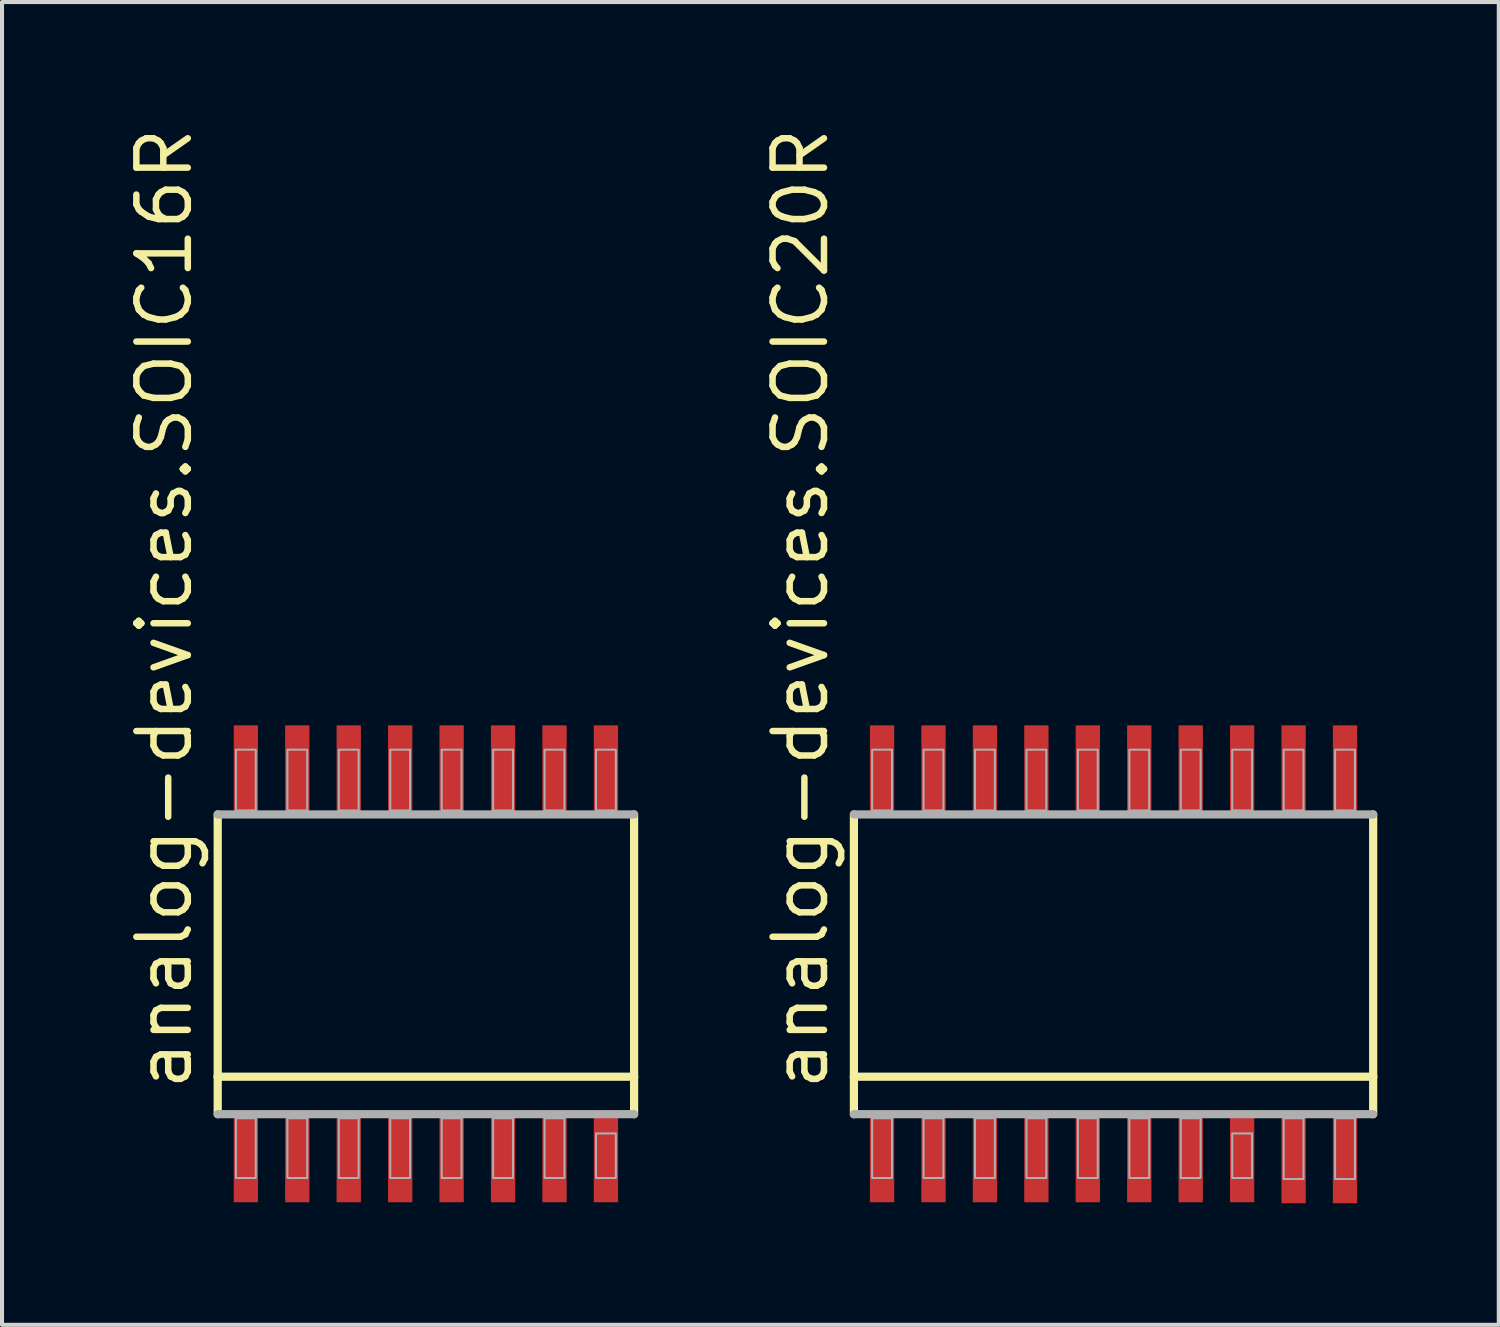
<source format=kicad_pcb>
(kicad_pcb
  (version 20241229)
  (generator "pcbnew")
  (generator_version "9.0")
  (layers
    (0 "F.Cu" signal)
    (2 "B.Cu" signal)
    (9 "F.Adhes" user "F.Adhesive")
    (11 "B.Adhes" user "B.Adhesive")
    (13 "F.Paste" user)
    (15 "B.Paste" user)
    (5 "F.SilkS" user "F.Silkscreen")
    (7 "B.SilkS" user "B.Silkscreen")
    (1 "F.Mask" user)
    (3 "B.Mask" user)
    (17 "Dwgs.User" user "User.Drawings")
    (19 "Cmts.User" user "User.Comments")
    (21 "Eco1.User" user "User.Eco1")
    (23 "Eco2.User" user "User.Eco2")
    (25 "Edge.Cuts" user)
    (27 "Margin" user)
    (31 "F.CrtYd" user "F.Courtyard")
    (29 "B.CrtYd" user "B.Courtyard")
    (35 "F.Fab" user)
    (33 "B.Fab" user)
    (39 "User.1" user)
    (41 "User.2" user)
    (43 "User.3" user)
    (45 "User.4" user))
  (footprint "analog-devices.SOIC20R"
    (layer "F.Cu")
    (at 24.442 20.758)
    (property "Reference" "analog-devices.SOIC20R" (at -6.985 3.175 90) (layer "F.SilkS") (effects (font (size 1.27 1.27) (thickness 0.16)) (justify left bottom)))
    (attr smd)
    (fp_line (start -6.41 2.775) (end -6.41 -3.7) (stroke (width 0.203) (type default)) (layer "F.SilkS"))
    (fp_line (start -6.41 3.7) (end -6.41 2.775) (stroke (width 0.203) (type default)) (layer "F.SilkS"))
    (fp_line (start 6.41 -3.7) (end 6.41 2.775) (stroke (width 0.203) (type default)) (layer "F.SilkS"))
    (fp_line (start 6.41 2.775) (end -6.41 2.775) (stroke (width 0.203) (type default)) (layer "F.SilkS"))
    (fp_line (start 6.41 2.775) (end 6.41 3.7) (stroke (width 0.203) (type default)) (layer "F.SilkS"))
    (fp_line (start -6.41 -3.7) (end 6.41 -3.7) (stroke (width 0.203) (type default)) (layer "F.Fab"))
    (fp_line (start 6.41 3.7) (end -6.41 3.7) (stroke (width 0.203) (type default)) (layer "F.Fab"))
    (fp_rect (start -5.96 -3.8) (end -5.47 -5.3) (stroke (width 0.05) (type default)) (fill no) (layer "F.Fab"))
    (fp_rect (start -5.96 5.275) (end -5.47 3.8) (stroke (width 0.05) (type default)) (fill no) (layer "F.Fab"))
    (fp_rect (start -4.69 -3.8) (end -4.2 -5.3) (stroke (width 0.05) (type default)) (fill no) (layer "F.Fab"))
    (fp_rect (start -4.69 5.275) (end -4.2 3.8) (stroke (width 0.05) (type default)) (fill no) (layer "F.Fab"))
    (fp_rect (start -3.42 -3.8) (end -2.93 -5.3) (stroke (width 0.05) (type default)) (fill no) (layer "F.Fab"))
    (fp_rect (start -3.42 5.275) (end -2.93 3.8) (stroke (width 0.05) (type default)) (fill no) (layer "F.Fab"))
    (fp_rect (start -2.15 -3.8) (end -1.66 -5.3) (stroke (width 0.05) (type default)) (fill no) (layer "F.Fab"))
    (fp_rect (start -2.15 5.275) (end -1.66 3.8) (stroke (width 0.05) (type default)) (fill no) (layer "F.Fab"))
    (fp_rect (start -0.88 -3.8) (end -0.39 -5.3) (stroke (width 0.05) (type default)) (fill no) (layer "F.Fab"))
    (fp_rect (start -0.88 5.275) (end -0.39 3.8) (stroke (width 0.05) (type default)) (fill no) (layer "F.Fab"))
    (fp_rect (start 0.39 -3.8) (end 0.88 -5.3) (stroke (width 0.05) (type default)) (fill no) (layer "F.Fab"))
    (fp_rect (start 0.39 5.275) (end 0.88 3.8) (stroke (width 0.05) (type default)) (fill no) (layer "F.Fab"))
    (fp_rect (start 1.66 -3.8) (end 2.15 -5.3) (stroke (width 0.05) (type default)) (fill no) (layer "F.Fab"))
    (fp_rect (start 1.66 5.275) (end 2.15 3.8) (stroke (width 0.05) (type default)) (fill no) (layer "F.Fab"))
    (fp_rect (start 2.93 -3.8) (end 3.42 -5.3) (stroke (width 0.05) (type default)) (fill no) (layer "F.Fab"))
    (fp_rect (start 2.93 5.275) (end 3.42 4.175) (stroke (width 0.05) (type default)) (fill no) (layer "F.Fab"))
    (fp_rect (start 4.2 -3.8) (end 4.69 -5.3) (stroke (width 0.05) (type default)) (fill no) (layer "F.Fab"))
    (fp_rect (start 4.2 5.3) (end 4.69 3.8) (stroke (width 0.05) (type default)) (fill no) (layer "F.Fab"))
    (fp_rect (start 5.47 -3.8) (end 5.96 -5.3) (stroke (width 0.05) (type default)) (fill no) (layer "F.Fab"))
    (fp_rect (start 5.47 5.3) (end 5.96 3.8) (stroke (width 0.05) (type default)) (fill no) (layer "F.Fab"))
    (pad "1" smd roundrect (at -5.715 4.775) (size 0.6 2.2) (layers "F.Cu" "F.Mask" "F.Paste") (roundrect_rratio 0.01))
    (pad "2" smd roundrect (at -4.445 4.775) (size 0.6 2.2) (layers "F.Cu" "F.Mask" "F.Paste") (roundrect_rratio 0.01))
    (pad "3" smd roundrect (at -3.175 4.775) (size 0.6 2.2) (layers "F.Cu" "F.Mask" "F.Paste") (roundrect_rratio 0.01))
    (pad "4" smd roundrect (at -1.905 4.775) (size 0.6 2.2) (layers "F.Cu" "F.Mask" "F.Paste") (roundrect_rratio 0.01))
    (pad "5" smd roundrect (at -0.635 4.775) (size 0.6 2.2) (layers "F.Cu" "F.Mask" "F.Paste") (roundrect_rratio 0.01))
    (pad "6" smd roundrect (at 0.635 4.775) (size 0.6 2.2) (layers "F.Cu" "F.Mask" "F.Paste") (roundrect_rratio 0.01))
    (pad "7" smd roundrect (at 1.905 4.775) (size 0.6 2.2) (layers "F.Cu" "F.Mask" "F.Paste") (roundrect_rratio 0.01))
    (pad "8" smd roundrect (at 3.175 4.775) (size 0.6 2.2) (layers "F.Cu" "F.Mask" "F.Paste") (roundrect_rratio 0.01))
    (pad "9" smd roundrect (at 4.445 4.8 180) (size 0.6 2.2) (layers "F.Cu" "F.Mask" "F.Paste") (roundrect_rratio 0.01))
    (pad "10" smd roundrect (at 5.715 4.8 180) (size 0.6 2.2) (layers "F.Cu" "F.Mask" "F.Paste") (roundrect_rratio 0.01))
    (pad "11" smd roundrect (at 5.715 -4.8) (size 0.6 2.2) (layers "F.Cu" "F.Mask" "F.Paste") (roundrect_rratio 0.01))
    (pad "12" smd roundrect (at 4.445 -4.8) (size 0.6 2.2) (layers "F.Cu" "F.Mask" "F.Paste") (roundrect_rratio 0.01))
    (pad "13" smd roundrect (at 3.175 -4.8) (size 0.6 2.2) (layers "F.Cu" "F.Mask" "F.Paste") (roundrect_rratio 0.01))
    (pad "14" smd roundrect (at 1.905 -4.8) (size 0.6 2.2) (layers "F.Cu" "F.Mask" "F.Paste") (roundrect_rratio 0.01))
    (pad "15" smd roundrect (at 0.635 -4.8) (size 0.6 2.2) (layers "F.Cu" "F.Mask" "F.Paste") (roundrect_rratio 0.01))
    (pad "16" smd roundrect (at -0.635 -4.8) (size 0.6 2.2) (layers "F.Cu" "F.Mask" "F.Paste") (roundrect_rratio 0.01))
    (pad "17" smd roundrect (at -1.905 -4.8) (size 0.6 2.2) (layers "F.Cu" "F.Mask" "F.Paste") (roundrect_rratio 0.01))
    (pad "18" smd roundrect (at -3.175 -4.8) (size 0.6 2.2) (layers "F.Cu" "F.Mask" "F.Paste") (roundrect_rratio 0.01))
    (pad "19" smd roundrect (at -4.445 -4.8) (size 0.6 2.2) (layers "F.Cu" "F.Mask" "F.Paste") (roundrect_rratio 0.01))
    (pad "20" smd roundrect (at -5.715 -4.8) (size 0.6 2.2) (layers "F.Cu" "F.Mask" "F.Paste") (roundrect_rratio 0.01)))
  (footprint "analog-devices.SOIC16R"
    (layer "F.Cu")
    (at 7.465 20.758)
    (property "Reference" "analog-devices.SOIC16R" (at -5.715 3.175 90) (layer "F.SilkS") (effects (font (size 1.27 1.27) (thickness 0.16)) (justify left bottom)))
    (attr smd)
    (fp_line (start -5.14 2.775) (end -5.14 -3.7) (stroke (width 0.203) (type default)) (layer "F.SilkS"))
    (fp_line (start -5.14 3.7) (end -5.14 2.775) (stroke (width 0.203) (type default)) (layer "F.SilkS"))
    (fp_line (start 5.14 -3.7) (end 5.14 2.775) (stroke (width 0.203) (type default)) (layer "F.SilkS"))
    (fp_line (start 5.14 2.775) (end -5.14 2.775) (stroke (width 0.203) (type default)) (layer "F.SilkS"))
    (fp_line (start 5.14 2.775) (end 5.14 3.7) (stroke (width 0.203) (type default)) (layer "F.SilkS"))
    (fp_line (start -5.14 -3.7) (end 5.14 -3.7) (stroke (width 0.203) (type default)) (layer "F.Fab"))
    (fp_line (start 5.14 3.7) (end -5.14 3.7) (stroke (width 0.203) (type default)) (layer "F.Fab"))
    (fp_rect (start -4.69 -3.8) (end -4.2 -5.3) (stroke (width 0.05) (type default)) (fill no) (layer "F.Fab"))
    (fp_rect (start -4.69 5.275) (end -4.2 3.8) (stroke (width 0.05) (type default)) (fill no) (layer "F.Fab"))
    (fp_rect (start -3.42 -3.8) (end -2.93 -5.3) (stroke (width 0.05) (type default)) (fill no) (layer "F.Fab"))
    (fp_rect (start -3.42 5.275) (end -2.93 3.8) (stroke (width 0.05) (type default)) (fill no) (layer "F.Fab"))
    (fp_rect (start -2.15 -3.8) (end -1.66 -5.3) (stroke (width 0.05) (type default)) (fill no) (layer "F.Fab"))
    (fp_rect (start -2.15 5.275) (end -1.66 3.8) (stroke (width 0.05) (type default)) (fill no) (layer "F.Fab"))
    (fp_rect (start -0.88 -3.8) (end -0.39 -5.3) (stroke (width 0.05) (type default)) (fill no) (layer "F.Fab"))
    (fp_rect (start -0.88 5.275) (end -0.39 3.8) (stroke (width 0.05) (type default)) (fill no) (layer "F.Fab"))
    (fp_rect (start 0.39 -3.8) (end 0.88 -5.3) (stroke (width 0.05) (type default)) (fill no) (layer "F.Fab"))
    (fp_rect (start 0.39 5.275) (end 0.88 3.8) (stroke (width 0.05) (type default)) (fill no) (layer "F.Fab"))
    (fp_rect (start 1.66 -3.8) (end 2.15 -5.3) (stroke (width 0.05) (type default)) (fill no) (layer "F.Fab"))
    (fp_rect (start 1.66 5.275) (end 2.15 3.8) (stroke (width 0.05) (type default)) (fill no) (layer "F.Fab"))
    (fp_rect (start 2.93 -3.8) (end 3.42 -5.3) (stroke (width 0.05) (type default)) (fill no) (layer "F.Fab"))
    (fp_rect (start 2.93 5.275) (end 3.42 3.8) (stroke (width 0.05) (type default)) (fill no) (layer "F.Fab"))
    (fp_rect (start 4.2 -3.8) (end 4.69 -5.3) (stroke (width 0.05) (type default)) (fill no) (layer "F.Fab"))
    (fp_rect (start 4.2 5.275) (end 4.69 4.175) (stroke (width 0.05) (type default)) (fill no) (layer "F.Fab"))
    (pad "1" smd roundrect (at -4.445 4.775) (size 0.6 2.2) (layers "F.Cu" "F.Mask" "F.Paste") (roundrect_rratio 0.01))
    (pad "2" smd roundrect (at -3.175 4.775) (size 0.6 2.2) (layers "F.Cu" "F.Mask" "F.Paste") (roundrect_rratio 0.01))
    (pad "3" smd roundrect (at -1.905 4.775) (size 0.6 2.2) (layers "F.Cu" "F.Mask" "F.Paste") (roundrect_rratio 0.01))
    (pad "4" smd roundrect (at -0.635 4.775) (size 0.6 2.2) (layers "F.Cu" "F.Mask" "F.Paste") (roundrect_rratio 0.01))
    (pad "5" smd roundrect (at 0.635 4.775) (size 0.6 2.2) (layers "F.Cu" "F.Mask" "F.Paste") (roundrect_rratio 0.01))
    (pad "6" smd roundrect (at 1.905 4.775) (size 0.6 2.2) (layers "F.Cu" "F.Mask" "F.Paste") (roundrect_rratio 0.01))
    (pad "7" smd roundrect (at 3.175 4.775) (size 0.6 2.2) (layers "F.Cu" "F.Mask" "F.Paste") (roundrect_rratio 0.01))
    (pad "8" smd roundrect (at 4.445 4.775) (size 0.6 2.2) (layers "F.Cu" "F.Mask" "F.Paste") (roundrect_rratio 0.01))
    (pad "9" smd roundrect (at 4.445 -4.8) (size 0.6 2.2) (layers "F.Cu" "F.Mask" "F.Paste") (roundrect_rratio 0.01))
    (pad "10" smd roundrect (at 3.175 -4.8) (size 0.6 2.2) (layers "F.Cu" "F.Mask" "F.Paste") (roundrect_rratio 0.01))
    (pad "11" smd roundrect (at 1.905 -4.8) (size 0.6 2.2) (layers "F.Cu" "F.Mask" "F.Paste") (roundrect_rratio 0.01))
    (pad "12" smd roundrect (at 0.635 -4.8) (size 0.6 2.2) (layers "F.Cu" "F.Mask" "F.Paste") (roundrect_rratio 0.01))
    (pad "13" smd roundrect (at -0.635 -4.8) (size 0.6 2.2) (layers "F.Cu" "F.Mask" "F.Paste") (roundrect_rratio 0.01))
    (pad "14" smd roundrect (at -1.905 -4.8) (size 0.6 2.2) (layers "F.Cu" "F.Mask" "F.Paste") (roundrect_rratio 0.01))
    (pad "15" smd roundrect (at -3.175 -4.8) (size 0.6 2.2) (layers "F.Cu" "F.Mask" "F.Paste") (roundrect_rratio 0.01))
    (pad "16" smd roundrect (at -4.445 -4.8) (size 0.6 2.2) (layers "F.Cu" "F.Mask" "F.Paste") (roundrect_rratio 0.01)))
  (gr_rect
    (start -3 -3)
    (end 33.953 29.658)
    (stroke (width 0.1) (type default))
    (fill no)
    (layer "Edge.Cuts")))
</source>
